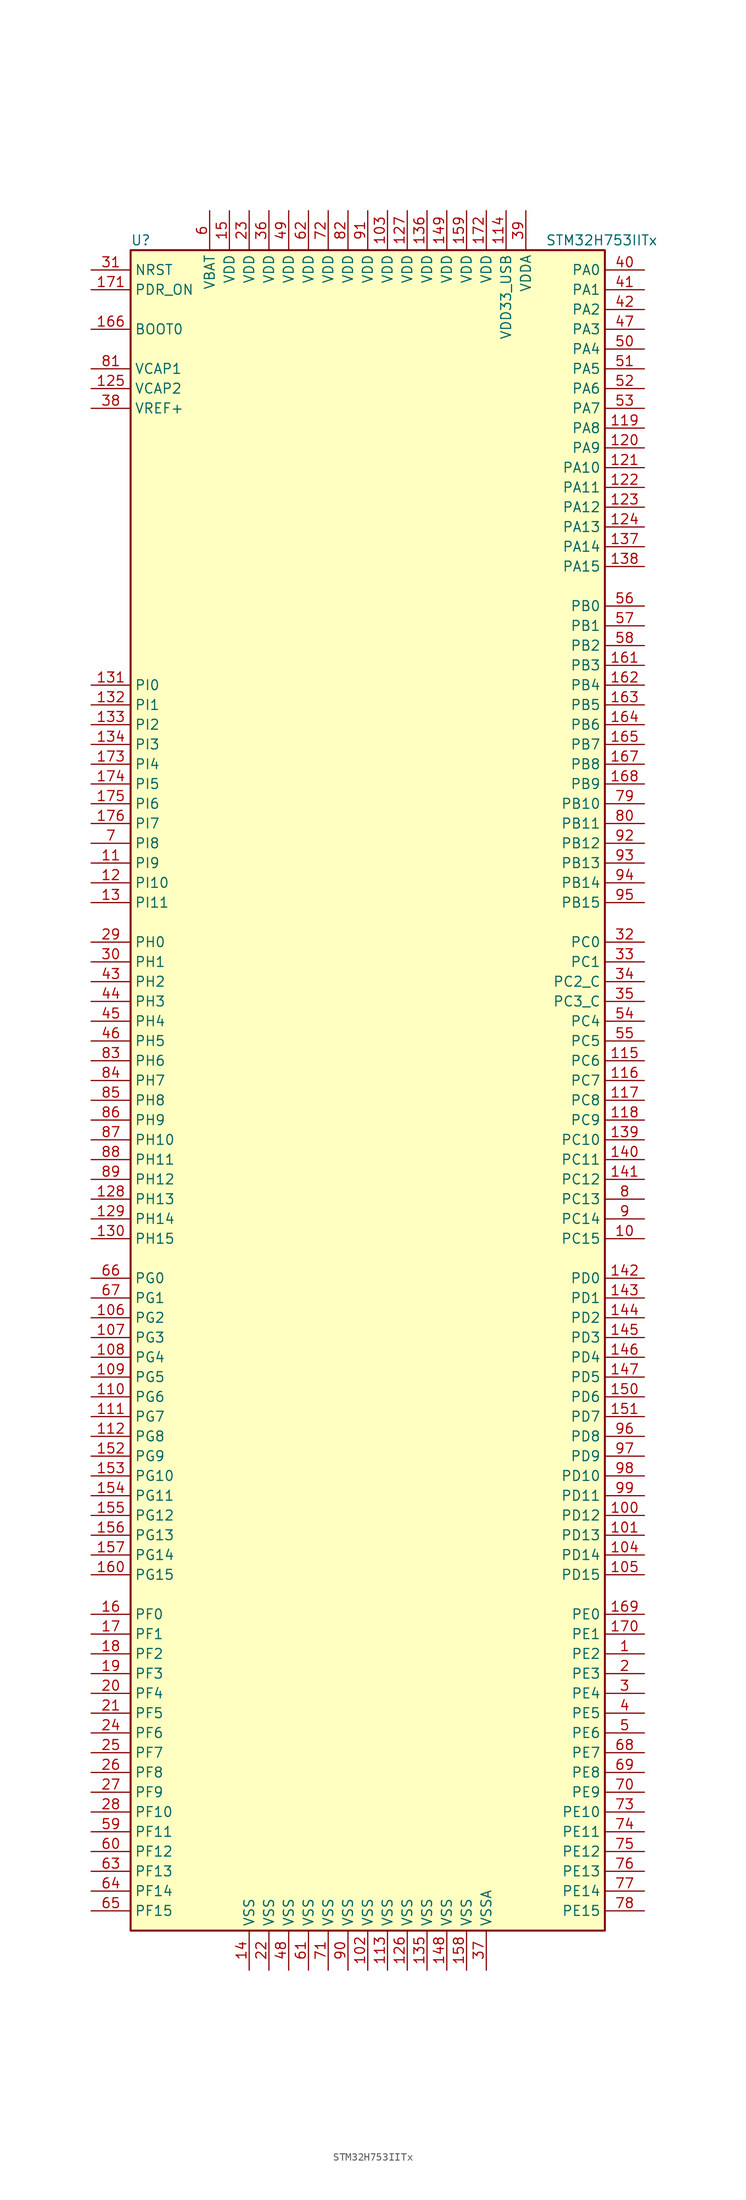
<source format=kicad_sym>
(kicad_symbol_lib
  (version 20211014)
  (generator kicad_symbol_editor)
  (symbol "STM32H753IITx"
    (property "Reference" "U"
      (at -30.48 107.95 0)
      (effects (font (size 1.27 1.27)) (justify left)))
    (property "Value" "STM32H753IITx"
      (at 22.86 107.95 0)
      (effects (font (size 1.27 1.27)) (justify left)))
    (symbol "STM32H753IITx_0_1"
      (rectangle (start -30.48 -109.22) (end 30.48 106.68) (stroke (width 0.254) (type default) (color 0 0 0 0)) (fill (type background))))
    (symbol "STM32H753IITx_1_1"
      (pin bidirectional line (at 35.56 -73.66 180) (length 5.08) (name "PE2" (effects (font (size 1.27 1.27)))) (number "1" (effects (font (size 1.27 1.27)))))
      (pin bidirectional line (at 35.56 -20.32 180) (length 5.08) (name "PC15" (effects (font (size 1.27 1.27)))) (number "10" (effects (font (size 1.27 1.27)))))
      (pin bidirectional line (at 35.56 -55.88 180) (length 5.08) (name "PD12" (effects (font (size 1.27 1.27)))) (number "100" (effects (font (size 1.27 1.27)))))
      (pin bidirectional line (at 35.56 -58.42 180) (length 5.08) (name "PD13" (effects (font (size 1.27 1.27)))) (number "101" (effects (font (size 1.27 1.27)))))
      (pin power_in line (at 0 -114.3 90) (length 5.08) (name "VSS" (effects (font (size 1.27 1.27)))) (number "102" (effects (font (size 1.27 1.27)))))
      (pin power_in line (at 2.54 111.76 270) (length 5.08) (name "VDD" (effects (font (size 1.27 1.27)))) (number "103" (effects (font (size 1.27 1.27)))))
      (pin bidirectional line (at 35.56 -60.96 180) (length 5.08) (name "PD14" (effects (font (size 1.27 1.27)))) (number "104" (effects (font (size 1.27 1.27)))))
      (pin bidirectional line (at 35.56 -63.5 180) (length 5.08) (name "PD15" (effects (font (size 1.27 1.27)))) (number "105" (effects (font (size 1.27 1.27)))))
      (pin bidirectional line (at -35.56 -30.48 0) (length 5.08) (name "PG2" (effects (font (size 1.27 1.27)))) (number "106" (effects (font (size 1.27 1.27)))))
      (pin bidirectional line (at -35.56 -33.02 0) (length 5.08) (name "PG3" (effects (font (size 1.27 1.27)))) (number "107" (effects (font (size 1.27 1.27)))))
      (pin bidirectional line (at -35.56 -35.56 0) (length 5.08) (name "PG4" (effects (font (size 1.27 1.27)))) (number "108" (effects (font (size 1.27 1.27)))))
      (pin bidirectional line (at -35.56 -38.1 0) (length 5.08) (name "PG5" (effects (font (size 1.27 1.27)))) (number "109" (effects (font (size 1.27 1.27)))))
      (pin bidirectional line (at -35.56 27.94 0) (length 5.08) (name "PI9" (effects (font (size 1.27 1.27)))) (number "11" (effects (font (size 1.27 1.27)))))
      (pin bidirectional line (at -35.56 -40.64 0) (length 5.08) (name "PG6" (effects (font (size 1.27 1.27)))) (number "110" (effects (font (size 1.27 1.27)))))
      (pin bidirectional line (at -35.56 -43.18 0) (length 5.08) (name "PG7" (effects (font (size 1.27 1.27)))) (number "111" (effects (font (size 1.27 1.27)))))
      (pin bidirectional line (at -35.56 -45.72 0) (length 5.08) (name "PG8" (effects (font (size 1.27 1.27)))) (number "112" (effects (font (size 1.27 1.27)))))
      (pin power_in line (at 2.54 -114.3 90) (length 5.08) (name "VSS" (effects (font (size 1.27 1.27)))) (number "113" (effects (font (size 1.27 1.27)))))
      (pin power_in line (at 17.78 111.76 270) (length 5.08) (name "VDD33_USB" (effects (font (size 1.27 1.27)))) (number "114" (effects (font (size 1.27 1.27)))))
      (pin bidirectional line (at 35.56 2.54 180) (length 5.08) (name "PC6" (effects (font (size 1.27 1.27)))) (number "115" (effects (font (size 1.27 1.27)))))
      (pin bidirectional line (at 35.56 0 180) (length 5.08) (name "PC7" (effects (font (size 1.27 1.27)))) (number "116" (effects (font (size 1.27 1.27)))))
      (pin bidirectional line (at 35.56 -2.54 180) (length 5.08) (name "PC8" (effects (font (size 1.27 1.27)))) (number "117" (effects (font (size 1.27 1.27)))))
      (pin bidirectional line (at 35.56 -5.08 180) (length 5.08) (name "PC9" (effects (font (size 1.27 1.27)))) (number "118" (effects (font (size 1.27 1.27)))))
      (pin bidirectional line (at 35.56 83.82 180) (length 5.08) (name "PA8" (effects (font (size 1.27 1.27)))) (number "119" (effects (font (size 1.27 1.27)))))
      (pin bidirectional line (at -35.56 25.4 0) (length 5.08) (name "PI10" (effects (font (size 1.27 1.27)))) (number "12" (effects (font (size 1.27 1.27)))))
      (pin bidirectional line (at 35.56 81.28 180) (length 5.08) (name "PA9" (effects (font (size 1.27 1.27)))) (number "120" (effects (font (size 1.27 1.27)))))
      (pin bidirectional line (at 35.56 78.74 180) (length 5.08) (name "PA10" (effects (font (size 1.27 1.27)))) (number "121" (effects (font (size 1.27 1.27)))))
      (pin bidirectional line (at 35.56 76.2 180) (length 5.08) (name "PA11" (effects (font (size 1.27 1.27)))) (number "122" (effects (font (size 1.27 1.27)))))
      (pin bidirectional line (at 35.56 73.66 180) (length 5.08) (name "PA12" (effects (font (size 1.27 1.27)))) (number "123" (effects (font (size 1.27 1.27)))))
      (pin bidirectional line (at 35.56 71.12 180) (length 5.08) (name "PA13" (effects (font (size 1.27 1.27)))) (number "124" (effects (font (size 1.27 1.27)))))
      (pin power_in line (at -35.56 88.9 0) (length 5.08) (name "VCAP2" (effects (font (size 1.27 1.27)))) (number "125" (effects (font (size 1.27 1.27)))))
      (pin power_in line (at 5.08 -114.3 90) (length 5.08) (name "VSS" (effects (font (size 1.27 1.27)))) (number "126" (effects (font (size 1.27 1.27)))))
      (pin power_in line (at 5.08 111.76 270) (length 5.08) (name "VDD" (effects (font (size 1.27 1.27)))) (number "127" (effects (font (size 1.27 1.27)))))
      (pin bidirectional line (at -35.56 -15.24 0) (length 5.08) (name "PH13" (effects (font (size 1.27 1.27)))) (number "128" (effects (font (size 1.27 1.27)))))
      (pin bidirectional line (at -35.56 -17.78 0) (length 5.08) (name "PH14" (effects (font (size 1.27 1.27)))) (number "129" (effects (font (size 1.27 1.27)))))
      (pin bidirectional line (at -35.56 22.86 0) (length 5.08) (name "PI11" (effects (font (size 1.27 1.27)))) (number "13" (effects (font (size 1.27 1.27)))))
      (pin bidirectional line (at -35.56 -20.32 0) (length 5.08) (name "PH15" (effects (font (size 1.27 1.27)))) (number "130" (effects (font (size 1.27 1.27)))))
      (pin bidirectional line (at -35.56 50.8 0) (length 5.08) (name "PI0" (effects (font (size 1.27 1.27)))) (number "131" (effects (font (size 1.27 1.27)))))
      (pin bidirectional line (at -35.56 48.26 0) (length 5.08) (name "PI1" (effects (font (size 1.27 1.27)))) (number "132" (effects (font (size 1.27 1.27)))))
      (pin bidirectional line (at -35.56 45.72 0) (length 5.08) (name "PI2" (effects (font (size 1.27 1.27)))) (number "133" (effects (font (size 1.27 1.27)))))
      (pin bidirectional line (at -35.56 43.18 0) (length 5.08) (name "PI3" (effects (font (size 1.27 1.27)))) (number "134" (effects (font (size 1.27 1.27)))))
      (pin power_in line (at 7.62 -114.3 90) (length 5.08) (name "VSS" (effects (font (size 1.27 1.27)))) (number "135" (effects (font (size 1.27 1.27)))))
      (pin power_in line (at 7.62 111.76 270) (length 5.08) (name "VDD" (effects (font (size 1.27 1.27)))) (number "136" (effects (font (size 1.27 1.27)))))
      (pin bidirectional line (at 35.56 68.58 180) (length 5.08) (name "PA14" (effects (font (size 1.27 1.27)))) (number "137" (effects (font (size 1.27 1.27)))))
      (pin bidirectional line (at 35.56 66.04 180) (length 5.08) (name "PA15" (effects (font (size 1.27 1.27)))) (number "138" (effects (font (size 1.27 1.27)))))
      (pin bidirectional line (at 35.56 -7.62 180) (length 5.08) (name "PC10" (effects (font (size 1.27 1.27)))) (number "139" (effects (font (size 1.27 1.27)))))
      (pin power_in line (at -15.24 -114.3 90) (length 5.08) (name "VSS" (effects (font (size 1.27 1.27)))) (number "14" (effects (font (size 1.27 1.27)))))
      (pin bidirectional line (at 35.56 -10.16 180) (length 5.08) (name "PC11" (effects (font (size 1.27 1.27)))) (number "140" (effects (font (size 1.27 1.27)))))
      (pin bidirectional line (at 35.56 -12.7 180) (length 5.08) (name "PC12" (effects (font (size 1.27 1.27)))) (number "141" (effects (font (size 1.27 1.27)))))
      (pin bidirectional line (at 35.56 -25.4 180) (length 5.08) (name "PD0" (effects (font (size 1.27 1.27)))) (number "142" (effects (font (size 1.27 1.27)))))
      (pin bidirectional line (at 35.56 -27.94 180) (length 5.08) (name "PD1" (effects (font (size 1.27 1.27)))) (number "143" (effects (font (size 1.27 1.27)))))
      (pin bidirectional line (at 35.56 -30.48 180) (length 5.08) (name "PD2" (effects (font (size 1.27 1.27)))) (number "144" (effects (font (size 1.27 1.27)))))
      (pin bidirectional line (at 35.56 -33.02 180) (length 5.08) (name "PD3" (effects (font (size 1.27 1.27)))) (number "145" (effects (font (size 1.27 1.27)))))
      (pin bidirectional line (at 35.56 -35.56 180) (length 5.08) (name "PD4" (effects (font (size 1.27 1.27)))) (number "146" (effects (font (size 1.27 1.27)))))
      (pin bidirectional line (at 35.56 -38.1 180) (length 5.08) (name "PD5" (effects (font (size 1.27 1.27)))) (number "147" (effects (font (size 1.27 1.27)))))
      (pin power_in line (at 10.16 -114.3 90) (length 5.08) (name "VSS" (effects (font (size 1.27 1.27)))) (number "148" (effects (font (size 1.27 1.27)))))
      (pin power_in line (at 10.16 111.76 270) (length 5.08) (name "VDD" (effects (font (size 1.27 1.27)))) (number "149" (effects (font (size 1.27 1.27)))))
      (pin power_in line (at -17.78 111.76 270) (length 5.08) (name "VDD" (effects (font (size 1.27 1.27)))) (number "15" (effects (font (size 1.27 1.27)))))
      (pin bidirectional line (at 35.56 -40.64 180) (length 5.08) (name "PD6" (effects (font (size 1.27 1.27)))) (number "150" (effects (font (size 1.27 1.27)))))
      (pin bidirectional line (at 35.56 -43.18 180) (length 5.08) (name "PD7" (effects (font (size 1.27 1.27)))) (number "151" (effects (font (size 1.27 1.27)))))
      (pin bidirectional line (at -35.56 -48.26 0) (length 5.08) (name "PG9" (effects (font (size 1.27 1.27)))) (number "152" (effects (font (size 1.27 1.27)))))
      (pin bidirectional line (at -35.56 -50.8 0) (length 5.08) (name "PG10" (effects (font (size 1.27 1.27)))) (number "153" (effects (font (size 1.27 1.27)))))
      (pin bidirectional line (at -35.56 -53.34 0) (length 5.08) (name "PG11" (effects (font (size 1.27 1.27)))) (number "154" (effects (font (size 1.27 1.27)))))
      (pin bidirectional line (at -35.56 -55.88 0) (length 5.08) (name "PG12" (effects (font (size 1.27 1.27)))) (number "155" (effects (font (size 1.27 1.27)))))
      (pin bidirectional line (at -35.56 -58.42 0) (length 5.08) (name "PG13" (effects (font (size 1.27 1.27)))) (number "156" (effects (font (size 1.27 1.27)))))
      (pin bidirectional line (at -35.56 -60.96 0) (length 5.08) (name "PG14" (effects (font (size 1.27 1.27)))) (number "157" (effects (font (size 1.27 1.27)))))
      (pin power_in line (at 12.7 -114.3 90) (length 5.08) (name "VSS" (effects (font (size 1.27 1.27)))) (number "158" (effects (font (size 1.27 1.27)))))
      (pin power_in line (at 12.7 111.76 270) (length 5.08) (name "VDD" (effects (font (size 1.27 1.27)))) (number "159" (effects (font (size 1.27 1.27)))))
      (pin bidirectional line (at -35.56 -68.58 0) (length 5.08) (name "PF0" (effects (font (size 1.27 1.27)))) (number "16" (effects (font (size 1.27 1.27)))))
      (pin bidirectional line (at -35.56 -63.5 0) (length 5.08) (name "PG15" (effects (font (size 1.27 1.27)))) (number "160" (effects (font (size 1.27 1.27)))))
      (pin bidirectional line (at 35.56 53.34 180) (length 5.08) (name "PB3" (effects (font (size 1.27 1.27)))) (number "161" (effects (font (size 1.27 1.27)))))
      (pin bidirectional line (at 35.56 50.8 180) (length 5.08) (name "PB4" (effects (font (size 1.27 1.27)))) (number "162" (effects (font (size 1.27 1.27)))))
      (pin bidirectional line (at 35.56 48.26 180) (length 5.08) (name "PB5" (effects (font (size 1.27 1.27)))) (number "163" (effects (font (size 1.27 1.27)))))
      (pin bidirectional line (at 35.56 45.72 180) (length 5.08) (name "PB6" (effects (font (size 1.27 1.27)))) (number "164" (effects (font (size 1.27 1.27)))))
      (pin bidirectional line (at 35.56 43.18 180) (length 5.08) (name "PB7" (effects (font (size 1.27 1.27)))) (number "165" (effects (font (size 1.27 1.27)))))
      (pin input line (at -35.56 96.52 0) (length 5.08) (name "BOOT0" (effects (font (size 1.27 1.27)))) (number "166" (effects (font (size 1.27 1.27)))))
      (pin bidirectional line (at 35.56 40.64 180) (length 5.08) (name "PB8" (effects (font (size 1.27 1.27)))) (number "167" (effects (font (size 1.27 1.27)))))
      (pin bidirectional line (at 35.56 38.1 180) (length 5.08) (name "PB9" (effects (font (size 1.27 1.27)))) (number "168" (effects (font (size 1.27 1.27)))))
      (pin bidirectional line (at 35.56 -68.58 180) (length 5.08) (name "PE0" (effects (font (size 1.27 1.27)))) (number "169" (effects (font (size 1.27 1.27)))))
      (pin bidirectional line (at -35.56 -71.12 0) (length 5.08) (name "PF1" (effects (font (size 1.27 1.27)))) (number "17" (effects (font (size 1.27 1.27)))))
      (pin bidirectional line (at 35.56 -71.12 180) (length 5.08) (name "PE1" (effects (font (size 1.27 1.27)))) (number "170" (effects (font (size 1.27 1.27)))))
      (pin input line (at -35.56 101.6 0) (length 5.08) (name "PDR_ON" (effects (font (size 1.27 1.27)))) (number "171" (effects (font (size 1.27 1.27)))))
      (pin power_in line (at 15.24 111.76 270) (length 5.08) (name "VDD" (effects (font (size 1.27 1.27)))) (number "172" (effects (font (size 1.27 1.27)))))
      (pin bidirectional line (at -35.56 40.64 0) (length 5.08) (name "PI4" (effects (font (size 1.27 1.27)))) (number "173" (effects (font (size 1.27 1.27)))))
      (pin bidirectional line (at -35.56 38.1 0) (length 5.08) (name "PI5" (effects (font (size 1.27 1.27)))) (number "174" (effects (font (size 1.27 1.27)))))
      (pin bidirectional line (at -35.56 35.56 0) (length 5.08) (name "PI6" (effects (font (size 1.27 1.27)))) (number "175" (effects (font (size 1.27 1.27)))))
      (pin bidirectional line (at -35.56 33.02 0) (length 5.08) (name "PI7" (effects (font (size 1.27 1.27)))) (number "176" (effects (font (size 1.27 1.27)))))
      (pin bidirectional line (at -35.56 -73.66 0) (length 5.08) (name "PF2" (effects (font (size 1.27 1.27)))) (number "18" (effects (font (size 1.27 1.27)))))
      (pin bidirectional line (at -35.56 -76.2 0) (length 5.08) (name "PF3" (effects (font (size 1.27 1.27)))) (number "19" (effects (font (size 1.27 1.27)))))
      (pin bidirectional line (at 35.56 -76.2 180) (length 5.08) (name "PE3" (effects (font (size 1.27 1.27)))) (number "2" (effects (font (size 1.27 1.27)))))
      (pin bidirectional line (at -35.56 -78.74 0) (length 5.08) (name "PF4" (effects (font (size 1.27 1.27)))) (number "20" (effects (font (size 1.27 1.27)))))
      (pin bidirectional line (at -35.56 -81.28 0) (length 5.08) (name "PF5" (effects (font (size 1.27 1.27)))) (number "21" (effects (font (size 1.27 1.27)))))
      (pin power_in line (at -12.7 -114.3 90) (length 5.08) (name "VSS" (effects (font (size 1.27 1.27)))) (number "22" (effects (font (size 1.27 1.27)))))
      (pin power_in line (at -15.24 111.76 270) (length 5.08) (name "VDD" (effects (font (size 1.27 1.27)))) (number "23" (effects (font (size 1.27 1.27)))))
      (pin bidirectional line (at -35.56 -83.82 0) (length 5.08) (name "PF6" (effects (font (size 1.27 1.27)))) (number "24" (effects (font (size 1.27 1.27)))))
      (pin bidirectional line (at -35.56 -86.36 0) (length 5.08) (name "PF7" (effects (font (size 1.27 1.27)))) (number "25" (effects (font (size 1.27 1.27)))))
      (pin bidirectional line (at -35.56 -88.9 0) (length 5.08) (name "PF8" (effects (font (size 1.27 1.27)))) (number "26" (effects (font (size 1.27 1.27)))))
      (pin bidirectional line (at -35.56 -91.44 0) (length 5.08) (name "PF9" (effects (font (size 1.27 1.27)))) (number "27" (effects (font (size 1.27 1.27)))))
      (pin bidirectional line (at -35.56 -93.98 0) (length 5.08) (name "PF10" (effects (font (size 1.27 1.27)))) (number "28" (effects (font (size 1.27 1.27)))))
      (pin input line (at -35.56 17.78 0) (length 5.08) (name "PH0" (effects (font (size 1.27 1.27)))) (number "29" (effects (font (size 1.27 1.27)))))
      (pin bidirectional line (at 35.56 -78.74 180) (length 5.08) (name "PE4" (effects (font (size 1.27 1.27)))) (number "3" (effects (font (size 1.27 1.27)))))
      (pin input line (at -35.56 15.24 0) (length 5.08) (name "PH1" (effects (font (size 1.27 1.27)))) (number "30" (effects (font (size 1.27 1.27)))))
      (pin input line (at -35.56 104.14 0) (length 5.08) (name "NRST" (effects (font (size 1.27 1.27)))) (number "31" (effects (font (size 1.27 1.27)))))
      (pin bidirectional line (at 35.56 17.78 180) (length 5.08) (name "PC0" (effects (font (size 1.27 1.27)))) (number "32" (effects (font (size 1.27 1.27)))))
      (pin bidirectional line (at 35.56 15.24 180) (length 5.08) (name "PC1" (effects (font (size 1.27 1.27)))) (number "33" (effects (font (size 1.27 1.27)))))
      (pin bidirectional line (at 35.56 12.7 180) (length 5.08) (name "PC2_C" (effects (font (size 1.27 1.27)))) (number "34" (effects (font (size 1.27 1.27)))))
      (pin bidirectional line (at 35.56 10.16 180) (length 5.08) (name "PC3_C" (effects (font (size 1.27 1.27)))) (number "35" (effects (font (size 1.27 1.27)))))
      (pin power_in line (at -12.7 111.76 270) (length 5.08) (name "VDD" (effects (font (size 1.27 1.27)))) (number "36" (effects (font (size 1.27 1.27)))))
      (pin power_in line (at 15.24 -114.3 90) (length 5.08) (name "VSSA" (effects (font (size 1.27 1.27)))) (number "37" (effects (font (size 1.27 1.27)))))
      (pin bidirectional line (at -35.56 86.36 0) (length 5.08) (name "VREF+" (effects (font (size 1.27 1.27)))) (number "38" (effects (font (size 1.27 1.27)))))
      (pin power_in line (at 20.32 111.76 270) (length 5.08) (name "VDDA" (effects (font (size 1.27 1.27)))) (number "39" (effects (font (size 1.27 1.27)))))
      (pin bidirectional line (at 35.56 -81.28 180) (length 5.08) (name "PE5" (effects (font (size 1.27 1.27)))) (number "4" (effects (font (size 1.27 1.27)))))
      (pin bidirectional line (at 35.56 104.14 180) (length 5.08) (name "PA0" (effects (font (size 1.27 1.27)))) (number "40" (effects (font (size 1.27 1.27)))))
      (pin bidirectional line (at 35.56 101.6 180) (length 5.08) (name "PA1" (effects (font (size 1.27 1.27)))) (number "41" (effects (font (size 1.27 1.27)))))
      (pin bidirectional line (at 35.56 99.06 180) (length 5.08) (name "PA2" (effects (font (size 1.27 1.27)))) (number "42" (effects (font (size 1.27 1.27)))))
      (pin bidirectional line (at -35.56 12.7 0) (length 5.08) (name "PH2" (effects (font (size 1.27 1.27)))) (number "43" (effects (font (size 1.27 1.27)))))
      (pin bidirectional line (at -35.56 10.16 0) (length 5.08) (name "PH3" (effects (font (size 1.27 1.27)))) (number "44" (effects (font (size 1.27 1.27)))))
      (pin bidirectional line (at -35.56 7.62 0) (length 5.08) (name "PH4" (effects (font (size 1.27 1.27)))) (number "45" (effects (font (size 1.27 1.27)))))
      (pin bidirectional line (at -35.56 5.08 0) (length 5.08) (name "PH5" (effects (font (size 1.27 1.27)))) (number "46" (effects (font (size 1.27 1.27)))))
      (pin bidirectional line (at 35.56 96.52 180) (length 5.08) (name "PA3" (effects (font (size 1.27 1.27)))) (number "47" (effects (font (size 1.27 1.27)))))
      (pin power_in line (at -10.16 -114.3 90) (length 5.08) (name "VSS" (effects (font (size 1.27 1.27)))) (number "48" (effects (font (size 1.27 1.27)))))
      (pin power_in line (at -10.16 111.76 270) (length 5.08) (name "VDD" (effects (font (size 1.27 1.27)))) (number "49" (effects (font (size 1.27 1.27)))))
      (pin bidirectional line (at 35.56 -83.82 180) (length 5.08) (name "PE6" (effects (font (size 1.27 1.27)))) (number "5" (effects (font (size 1.27 1.27)))))
      (pin bidirectional line (at 35.56 93.98 180) (length 5.08) (name "PA4" (effects (font (size 1.27 1.27)))) (number "50" (effects (font (size 1.27 1.27)))))
      (pin bidirectional line (at 35.56 91.44 180) (length 5.08) (name "PA5" (effects (font (size 1.27 1.27)))) (number "51" (effects (font (size 1.27 1.27)))))
      (pin bidirectional line (at 35.56 88.9 180) (length 5.08) (name "PA6" (effects (font (size 1.27 1.27)))) (number "52" (effects (font (size 1.27 1.27)))))
      (pin bidirectional line (at 35.56 86.36 180) (length 5.08) (name "PA7" (effects (font (size 1.27 1.27)))) (number "53" (effects (font (size 1.27 1.27)))))
      (pin bidirectional line (at 35.56 7.62 180) (length 5.08) (name "PC4" (effects (font (size 1.27 1.27)))) (number "54" (effects (font (size 1.27 1.27)))))
      (pin bidirectional line (at 35.56 5.08 180) (length 5.08) (name "PC5" (effects (font (size 1.27 1.27)))) (number "55" (effects (font (size 1.27 1.27)))))
      (pin bidirectional line (at 35.56 60.96 180) (length 5.08) (name "PB0" (effects (font (size 1.27 1.27)))) (number "56" (effects (font (size 1.27 1.27)))))
      (pin bidirectional line (at 35.56 58.42 180) (length 5.08) (name "PB1" (effects (font (size 1.27 1.27)))) (number "57" (effects (font (size 1.27 1.27)))))
      (pin bidirectional line (at 35.56 55.88 180) (length 5.08) (name "PB2" (effects (font (size 1.27 1.27)))) (number "58" (effects (font (size 1.27 1.27)))))
      (pin bidirectional line (at -35.56 -96.52 0) (length 5.08) (name "PF11" (effects (font (size 1.27 1.27)))) (number "59" (effects (font (size 1.27 1.27)))))
      (pin power_in line (at -20.32 111.76 270) (length 5.08) (name "VBAT" (effects (font (size 1.27 1.27)))) (number "6" (effects (font (size 1.27 1.27)))))
      (pin bidirectional line (at -35.56 -99.06 0) (length 5.08) (name "PF12" (effects (font (size 1.27 1.27)))) (number "60" (effects (font (size 1.27 1.27)))))
      (pin power_in line (at -7.62 -114.3 90) (length 5.08) (name "VSS" (effects (font (size 1.27 1.27)))) (number "61" (effects (font (size 1.27 1.27)))))
      (pin power_in line (at -7.62 111.76 270) (length 5.08) (name "VDD" (effects (font (size 1.27 1.27)))) (number "62" (effects (font (size 1.27 1.27)))))
      (pin bidirectional line (at -35.56 -101.6 0) (length 5.08) (name "PF13" (effects (font (size 1.27 1.27)))) (number "63" (effects (font (size 1.27 1.27)))))
      (pin bidirectional line (at -35.56 -104.14 0) (length 5.08) (name "PF14" (effects (font (size 1.27 1.27)))) (number "64" (effects (font (size 1.27 1.27)))))
      (pin bidirectional line (at -35.56 -106.68 0) (length 5.08) (name "PF15" (effects (font (size 1.27 1.27)))) (number "65" (effects (font (size 1.27 1.27)))))
      (pin bidirectional line (at -35.56 -25.4 0) (length 5.08) (name "PG0" (effects (font (size 1.27 1.27)))) (number "66" (effects (font (size 1.27 1.27)))))
      (pin bidirectional line (at -35.56 -27.94 0) (length 5.08) (name "PG1" (effects (font (size 1.27 1.27)))) (number "67" (effects (font (size 1.27 1.27)))))
      (pin bidirectional line (at 35.56 -86.36 180) (length 5.08) (name "PE7" (effects (font (size 1.27 1.27)))) (number "68" (effects (font (size 1.27 1.27)))))
      (pin bidirectional line (at 35.56 -88.9 180) (length 5.08) (name "PE8" (effects (font (size 1.27 1.27)))) (number "69" (effects (font (size 1.27 1.27)))))
      (pin bidirectional line (at -35.56 30.48 0) (length 5.08) (name "PI8" (effects (font (size 1.27 1.27)))) (number "7" (effects (font (size 1.27 1.27)))))
      (pin bidirectional line (at 35.56 -91.44 180) (length 5.08) (name "PE9" (effects (font (size 1.27 1.27)))) (number "70" (effects (font (size 1.27 1.27)))))
      (pin power_in line (at -5.08 -114.3 90) (length 5.08) (name "VSS" (effects (font (size 1.27 1.27)))) (number "71" (effects (font (size 1.27 1.27)))))
      (pin power_in line (at -5.08 111.76 270) (length 5.08) (name "VDD" (effects (font (size 1.27 1.27)))) (number "72" (effects (font (size 1.27 1.27)))))
      (pin bidirectional line (at 35.56 -93.98 180) (length 5.08) (name "PE10" (effects (font (size 1.27 1.27)))) (number "73" (effects (font (size 1.27 1.27)))))
      (pin bidirectional line (at 35.56 -96.52 180) (length 5.08) (name "PE11" (effects (font (size 1.27 1.27)))) (number "74" (effects (font (size 1.27 1.27)))))
      (pin bidirectional line (at 35.56 -99.06 180) (length 5.08) (name "PE12" (effects (font (size 1.27 1.27)))) (number "75" (effects (font (size 1.27 1.27)))))
      (pin bidirectional line (at 35.56 -101.6 180) (length 5.08) (name "PE13" (effects (font (size 1.27 1.27)))) (number "76" (effects (font (size 1.27 1.27)))))
      (pin bidirectional line (at 35.56 -104.14 180) (length 5.08) (name "PE14" (effects (font (size 1.27 1.27)))) (number "77" (effects (font (size 1.27 1.27)))))
      (pin bidirectional line (at 35.56 -106.68 180) (length 5.08) (name "PE15" (effects (font (size 1.27 1.27)))) (number "78" (effects (font (size 1.27 1.27)))))
      (pin bidirectional line (at 35.56 35.56 180) (length 5.08) (name "PB10" (effects (font (size 1.27 1.27)))) (number "79" (effects (font (size 1.27 1.27)))))
      (pin bidirectional line (at 35.56 -15.24 180) (length 5.08) (name "PC13" (effects (font (size 1.27 1.27)))) (number "8" (effects (font (size 1.27 1.27)))))
      (pin bidirectional line (at 35.56 33.02 180) (length 5.08) (name "PB11" (effects (font (size 1.27 1.27)))) (number "80" (effects (font (size 1.27 1.27)))))
      (pin power_in line (at -35.56 91.44 0) (length 5.08) (name "VCAP1" (effects (font (size 1.27 1.27)))) (number "81" (effects (font (size 1.27 1.27)))))
      (pin power_in line (at -2.54 111.76 270) (length 5.08) (name "VDD" (effects (font (size 1.27 1.27)))) (number "82" (effects (font (size 1.27 1.27)))))
      (pin bidirectional line (at -35.56 2.54 0) (length 5.08) (name "PH6" (effects (font (size 1.27 1.27)))) (number "83" (effects (font (size 1.27 1.27)))))
      (pin bidirectional line (at -35.56 0 0) (length 5.08) (name "PH7" (effects (font (size 1.27 1.27)))) (number "84" (effects (font (size 1.27 1.27)))))
      (pin bidirectional line (at -35.56 -2.54 0) (length 5.08) (name "PH8" (effects (font (size 1.27 1.27)))) (number "85" (effects (font (size 1.27 1.27)))))
      (pin bidirectional line (at -35.56 -5.08 0) (length 5.08) (name "PH9" (effects (font (size 1.27 1.27)))) (number "86" (effects (font (size 1.27 1.27)))))
      (pin bidirectional line (at -35.56 -7.62 0) (length 5.08) (name "PH10" (effects (font (size 1.27 1.27)))) (number "87" (effects (font (size 1.27 1.27)))))
      (pin bidirectional line (at -35.56 -10.16 0) (length 5.08) (name "PH11" (effects (font (size 1.27 1.27)))) (number "88" (effects (font (size 1.27 1.27)))))
      (pin bidirectional line (at -35.56 -12.7 0) (length 5.08) (name "PH12" (effects (font (size 1.27 1.27)))) (number "89" (effects (font (size 1.27 1.27)))))
      (pin bidirectional line (at 35.56 -17.78 180) (length 5.08) (name "PC14" (effects (font (size 1.27 1.27)))) (number "9" (effects (font (size 1.27 1.27)))))
      (pin power_in line (at -2.54 -114.3 90) (length 5.08) (name "VSS" (effects (font (size 1.27 1.27)))) (number "90" (effects (font (size 1.27 1.27)))))
      (pin power_in line (at 0 111.76 270) (length 5.08) (name "VDD" (effects (font (size 1.27 1.27)))) (number "91" (effects (font (size 1.27 1.27)))))
      (pin bidirectional line (at 35.56 30.48 180) (length 5.08) (name "PB12" (effects (font (size 1.27 1.27)))) (number "92" (effects (font (size 1.27 1.27)))))
      (pin bidirectional line (at 35.56 27.94 180) (length 5.08) (name "PB13" (effects (font (size 1.27 1.27)))) (number "93" (effects (font (size 1.27 1.27)))))
      (pin bidirectional line (at 35.56 25.4 180) (length 5.08) (name "PB14" (effects (font (size 1.27 1.27)))) (number "94" (effects (font (size 1.27 1.27)))))
      (pin bidirectional line (at 35.56 22.86 180) (length 5.08) (name "PB15" (effects (font (size 1.27 1.27)))) (number "95" (effects (font (size 1.27 1.27)))))
      (pin bidirectional line (at 35.56 -45.72 180) (length 5.08) (name "PD8" (effects (font (size 1.27 1.27)))) (number "96" (effects (font (size 1.27 1.27)))))
      (pin bidirectional line (at 35.56 -48.26 180) (length 5.08) (name "PD9" (effects (font (size 1.27 1.27)))) (number "97" (effects (font (size 1.27 1.27)))))
      (pin bidirectional line (at 35.56 -50.8 180) (length 5.08) (name "PD10" (effects (font (size 1.27 1.27)))) (number "98" (effects (font (size 1.27 1.27)))))
      (pin bidirectional line (at 35.56 -53.34 180) (length 5.08) (name "PD11" (effects (font (size 1.27 1.27)))) (number "99" (effects (font (size 1.27 1.27))))))))
</source>
